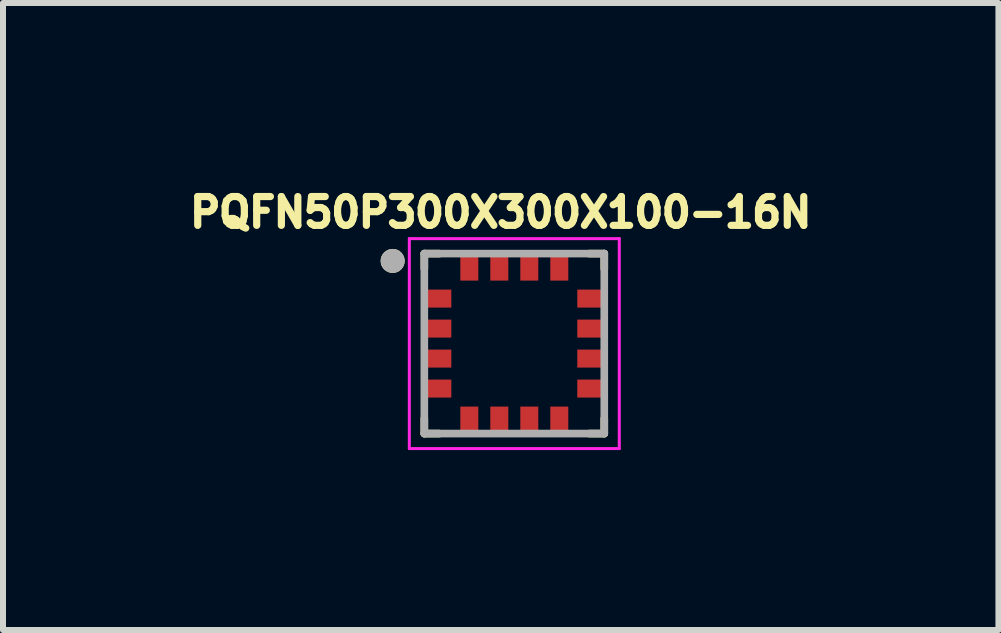
<source format=kicad_pcb>
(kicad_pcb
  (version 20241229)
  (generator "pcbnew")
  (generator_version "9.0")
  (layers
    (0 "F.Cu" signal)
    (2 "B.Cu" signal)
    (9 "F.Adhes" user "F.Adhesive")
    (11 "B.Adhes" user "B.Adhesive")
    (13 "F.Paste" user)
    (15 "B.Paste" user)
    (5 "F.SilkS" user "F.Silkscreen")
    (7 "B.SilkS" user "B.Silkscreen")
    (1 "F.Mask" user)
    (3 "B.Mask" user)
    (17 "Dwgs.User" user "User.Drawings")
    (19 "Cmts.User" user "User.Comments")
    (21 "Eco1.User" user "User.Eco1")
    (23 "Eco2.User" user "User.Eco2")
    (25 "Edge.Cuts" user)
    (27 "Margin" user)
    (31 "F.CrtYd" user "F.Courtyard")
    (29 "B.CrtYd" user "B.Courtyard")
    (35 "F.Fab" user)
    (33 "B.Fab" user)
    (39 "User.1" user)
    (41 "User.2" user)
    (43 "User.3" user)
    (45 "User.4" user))
  (footprint "PQFN50P300X300X100-16N"
    (layer "F.Cu")
    (at 5.524 2.678)
    (property "Reference" "PQFN50P300X300X100-16N" (at -0.226 -2.187 0) (layer "F.SilkS") (effects (font (size 0.48 0.48) (thickness 0.15))))
    (attr smd)
    (fp_line (start -1.5 -1.5) (end -1.25 -1.5) (stroke (width 0.127) (type solid)) (layer "F.SilkS"))
    (fp_line (start -1.5 -1.25) (end -1.5 -1.5) (stroke (width 0.127) (type solid)) (layer "F.SilkS"))
    (fp_line (start -1.5 1.5) (end -1.5 1.25) (stroke (width 0.127) (type solid)) (layer "F.SilkS"))
    (fp_line (start -1.25 1.5) (end -1.5 1.5) (stroke (width 0.127) (type solid)) (layer "F.SilkS"))
    (fp_line (start 1.25 -1.5) (end 1.5 -1.5) (stroke (width 0.127) (type solid)) (layer "F.SilkS"))
    (fp_line (start 1.5 -1.5) (end 1.5 -1.25) (stroke (width 0.127) (type solid)) (layer "F.SilkS"))
    (fp_line (start 1.5 1.25) (end 1.5 1.5) (stroke (width 0.127) (type solid)) (layer "F.SilkS"))
    (fp_line (start 1.5 1.5) (end 1.25 1.5) (stroke (width 0.127) (type solid)) (layer "F.SilkS"))
    (fp_circle (center -2.028 -1.378) (end -1.928 -1.378) (stroke (width 0.2) (type solid)) (fill no) (layer "F.SilkS"))
    (fp_line (start -1.75 -1.75) (end 1.75 -1.75) (stroke (width 0.05) (type solid)) (layer "F.CrtYd"))
    (fp_line (start -1.75 1.75) (end -1.75 -1.75) (stroke (width 0.05) (type solid)) (layer "F.CrtYd"))
    (fp_line (start 1.75 -1.75) (end 1.75 1.75) (stroke (width 0.05) (type solid)) (layer "F.CrtYd"))
    (fp_line (start 1.75 1.75) (end -1.75 1.75) (stroke (width 0.05) (type solid)) (layer "F.CrtYd"))
    (fp_line (start -1.5 -1.5) (end 1.5 -1.5) (stroke (width 0.127) (type solid)) (layer "F.Fab"))
    (fp_line (start -1.5 1.5) (end -1.5 -1.5) (stroke (width 0.127) (type solid)) (layer "F.Fab"))
    (fp_line (start 1.5 -1.5) (end 1.5 1.5) (stroke (width 0.127) (type solid)) (layer "F.Fab"))
    (fp_line (start 1.5 1.5) (end -1.5 1.5) (stroke (width 0.127) (type solid)) (layer "F.Fab"))
    (fp_circle (center -2.028 -1.378) (end -1.928 -1.378) (stroke (width 0.2) (type solid)) (fill no) (layer "F.Fab"))
    (pad "1" smd rect (at -1.275 -0.75) (size 0.45 0.3) (layers "F.Cu" "F.Mask" "F.Paste"))
    (pad "2" smd rect (at -1.275 -0.25) (size 0.45 0.3) (layers "F.Cu" "F.Mask" "F.Paste"))
    (pad "3" smd rect (at -1.275 0.25) (size 0.45 0.3) (layers "F.Cu" "F.Mask" "F.Paste"))
    (pad "4" smd rect (at -1.275 0.75) (size 0.45 0.3) (layers "F.Cu" "F.Mask" "F.Paste"))
    (pad "5" smd rect (at -0.75 1.275) (size 0.3 0.45) (layers "F.Cu" "F.Mask" "F.Paste"))
    (pad "6" smd rect (at -0.25 1.275) (size 0.3 0.45) (layers "F.Cu" "F.Mask" "F.Paste"))
    (pad "7" smd rect (at 0.25 1.275) (size 0.3 0.45) (layers "F.Cu" "F.Mask" "F.Paste"))
    (pad "8" smd rect (at 0.75 1.275) (size 0.3 0.45) (layers "F.Cu" "F.Mask" "F.Paste"))
    (pad "9" smd rect (at 1.275 0.75) (size 0.45 0.3) (layers "F.Cu" "F.Mask" "F.Paste"))
    (pad "10" smd rect (at 1.275 0.25) (size 0.45 0.3) (layers "F.Cu" "F.Mask" "F.Paste"))
    (pad "11" smd rect (at 1.275 -0.25) (size 0.45 0.3) (layers "F.Cu" "F.Mask" "F.Paste"))
    (pad "12" smd rect (at 1.275 -0.75) (size 0.45 0.3) (layers "F.Cu" "F.Mask" "F.Paste"))
    (pad "13" smd rect (at 0.75 -1.275) (size 0.3 0.45) (layers "F.Cu" "F.Mask" "F.Paste"))
    (pad "14" smd rect (at 0.25 -1.275) (size 0.3 0.45) (layers "F.Cu" "F.Mask" "F.Paste"))
    (pad "15" smd rect (at -0.25 -1.275) (size 0.3 0.45) (layers "F.Cu" "F.Mask" "F.Paste"))
    (pad "16" smd rect (at -0.75 -1.275) (size 0.3 0.45) (layers "F.Cu" "F.Mask" "F.Paste")))
  (gr_rect
    (start -3 -3)
    (end 13.595 7.453)
    (stroke (width 0.1) (type default))
    (fill no)
    (layer "Edge.Cuts")))
</source>
